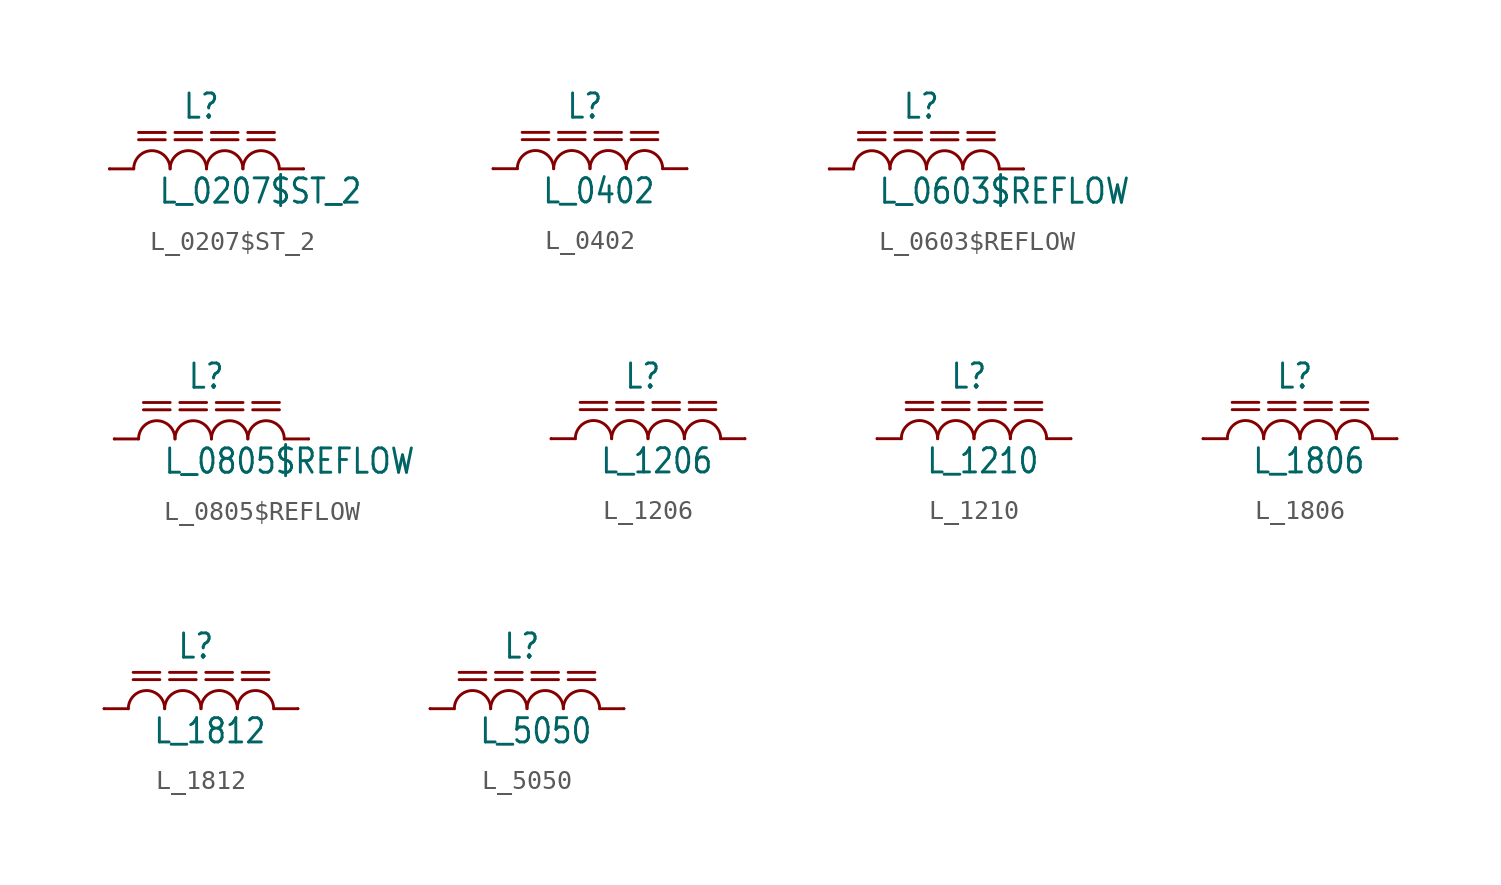
<source format=kicad_sym>
(kicad_symbol_lib
  (version 20201005)
  (generator kicad_symbol_editor)
  (symbol "L_0207$ST_2"
    (property "Reference" "L"
      (at -1.27 2.54 0)
      (effects (font (size 1.27 1.079)) (justify left bottom)))
    (property "Value" "L_0207$ST_2"
      (at -2.54 -1.905 0)
      (effects (font (size 1.27 1.079)) (justify left bottom)))
    (property "ki_locked" ""
      (at 0 0 0)
      (effects (font (size 1.27 1.27))))
    (symbol "L_0207$ST_2_1_0"
      (arc (start -1.905 0) (end -3.81 0) (radius (at -2.8575 0) (length 0.9525) (angles 0.1 179.9)) (stroke (width 0.1524)) (fill (type none)))
      (arc (start 0 0) (end -1.905 0) (radius (at -0.9525 0) (length 0.9525) (angles 0.1 179.9)) (stroke (width 0.1524)) (fill (type none)))
      (arc (start 1.905 0) (end 0 0) (radius (at 0.9525 0) (length 0.9525) (angles 0.1 179.9)) (stroke (width 0.1524)) (fill (type none)))
      (arc (start 3.81 0) (end 1.905 0) (radius (at 2.8575 0) (length 0.9525) (angles 0.1 179.9)) (stroke (width 0.1524)) (fill (type none)))
      (polyline (pts (xy 3.81 0) (xy 5.08 0)) (stroke (width 0.152)) (fill (type none)))
      (polyline (pts (xy -5.08 0) (xy -3.81 0)) (stroke (width 0.152)) (fill (type none)))
      (polyline (pts (xy -3.556 1.905) (xy -2.159 1.905)) (stroke (width 0.152)) (fill (type none)))
      (polyline (pts (xy 0.254 1.905) (xy 1.651 1.905)) (stroke (width 0.152)) (fill (type none)))
      (polyline (pts (xy -1.651 1.905) (xy -0.254 1.905)) (stroke (width 0.152)) (fill (type none)))
      (polyline (pts (xy 2.159 1.905) (xy 3.556 1.905)) (stroke (width 0.152)) (fill (type none)))
      (polyline (pts (xy -3.556 1.524) (xy -2.159 1.524)) (stroke (width 0.152)) (fill (type none)))
      (polyline (pts (xy -1.651 1.524) (xy -0.254 1.524)) (stroke (width 0.152)) (fill (type none)))
      (polyline (pts (xy 0.254 1.524) (xy 1.651 1.524)) (stroke (width 0.152)) (fill (type none)))
      (polyline (pts (xy 2.159 1.524) (xy 3.556 1.524)) (stroke (width 0.152)) (fill (type none)))
      (pin passive line (at -5.08 0 0) (length 0) (name "1" (effects (font (size 0 0)))) (number "1" (effects (font (size 0 0)))))
      (pin passive line (at 5.08 0 180) (length 0) (name "2" (effects (font (size 0 0)))) (number "2" (effects (font (size 0 0)))))))
  (symbol "L_0402"
    (property "Reference" "L"
      (at -1.27 2.54 0)
      (effects (font (size 1.27 1.079)) (justify left bottom)))
    (property "Value" "L_0402"
      (at -2.54 -1.905 0)
      (effects (font (size 1.27 1.079)) (justify left bottom)))
    (property "ki_locked" ""
      (at 0 0 0)
      (effects (font (size 1.27 1.27))))
    (symbol "L_0402_1_0"
      (arc (start -1.905 0) (end -3.81 0) (radius (at -2.8575 0) (length 0.9525) (angles 0.1 179.9)) (stroke (width 0.1524)) (fill (type none)))
      (arc (start 0 0) (end -1.905 0) (radius (at -0.9525 0) (length 0.9525) (angles 0.1 179.9)) (stroke (width 0.1524)) (fill (type none)))
      (arc (start 1.905 0) (end 0 0) (radius (at 0.9525 0) (length 0.9525) (angles 0.1 179.9)) (stroke (width 0.1524)) (fill (type none)))
      (arc (start 3.81 0) (end 1.905 0) (radius (at 2.8575 0) (length 0.9525) (angles 0.1 179.9)) (stroke (width 0.1524)) (fill (type none)))
      (polyline (pts (xy 3.81 0) (xy 5.08 0)) (stroke (width 0.152)) (fill (type none)))
      (polyline (pts (xy -5.08 0) (xy -3.81 0)) (stroke (width 0.152)) (fill (type none)))
      (polyline (pts (xy -3.556 1.905) (xy -2.159 1.905)) (stroke (width 0.152)) (fill (type none)))
      (polyline (pts (xy 0.254 1.905) (xy 1.651 1.905)) (stroke (width 0.152)) (fill (type none)))
      (polyline (pts (xy -1.651 1.905) (xy -0.254 1.905)) (stroke (width 0.152)) (fill (type none)))
      (polyline (pts (xy 2.159 1.905) (xy 3.556 1.905)) (stroke (width 0.152)) (fill (type none)))
      (polyline (pts (xy -3.556 1.524) (xy -2.159 1.524)) (stroke (width 0.152)) (fill (type none)))
      (polyline (pts (xy -1.651 1.524) (xy -0.254 1.524)) (stroke (width 0.152)) (fill (type none)))
      (polyline (pts (xy 0.254 1.524) (xy 1.651 1.524)) (stroke (width 0.152)) (fill (type none)))
      (polyline (pts (xy 2.159 1.524) (xy 3.556 1.524)) (stroke (width 0.152)) (fill (type none)))
      (pin passive line (at -5.08 0 0) (length 0) (name "1" (effects (font (size 0 0)))) (number "P$1" (effects (font (size 0 0)))))
      (pin passive line (at 5.08 0 180) (length 0) (name "2" (effects (font (size 0 0)))) (number "P$2" (effects (font (size 0 0)))))))
  (symbol "L_0603$REFLOW"
    (property "Reference" "L"
      (at -1.27 2.54 0)
      (effects (font (size 1.27 1.079)) (justify left bottom)))
    (property "Value" "L_0603$REFLOW"
      (at -2.54 -1.905 0)
      (effects (font (size 1.27 1.079)) (justify left bottom)))
    (property "ki_locked" ""
      (at 0 0 0)
      (effects (font (size 1.27 1.27))))
    (symbol "L_0603$REFLOW_1_0"
      (arc (start -1.905 0) (end -3.81 0) (radius (at -2.8575 0) (length 0.9525) (angles 0.1 179.9)) (stroke (width 0.1524)) (fill (type none)))
      (arc (start 0 0) (end -1.905 0) (radius (at -0.9525 0) (length 0.9525) (angles 0.1 179.9)) (stroke (width 0.1524)) (fill (type none)))
      (arc (start 1.905 0) (end 0 0) (radius (at 0.9525 0) (length 0.9525) (angles 0.1 179.9)) (stroke (width 0.1524)) (fill (type none)))
      (arc (start 3.81 0) (end 1.905 0) (radius (at 2.8575 0) (length 0.9525) (angles 0.1 179.9)) (stroke (width 0.1524)) (fill (type none)))
      (polyline (pts (xy 3.81 0) (xy 5.08 0)) (stroke (width 0.152)) (fill (type none)))
      (polyline (pts (xy -5.08 0) (xy -3.81 0)) (stroke (width 0.152)) (fill (type none)))
      (polyline (pts (xy -3.556 1.905) (xy -2.159 1.905)) (stroke (width 0.152)) (fill (type none)))
      (polyline (pts (xy 0.254 1.905) (xy 1.651 1.905)) (stroke (width 0.152)) (fill (type none)))
      (polyline (pts (xy -1.651 1.905) (xy -0.254 1.905)) (stroke (width 0.152)) (fill (type none)))
      (polyline (pts (xy 2.159 1.905) (xy 3.556 1.905)) (stroke (width 0.152)) (fill (type none)))
      (polyline (pts (xy -3.556 1.524) (xy -2.159 1.524)) (stroke (width 0.152)) (fill (type none)))
      (polyline (pts (xy -1.651 1.524) (xy -0.254 1.524)) (stroke (width 0.152)) (fill (type none)))
      (polyline (pts (xy 0.254 1.524) (xy 1.651 1.524)) (stroke (width 0.152)) (fill (type none)))
      (polyline (pts (xy 2.159 1.524) (xy 3.556 1.524)) (stroke (width 0.152)) (fill (type none)))
      (pin passive line (at -5.08 0 0) (length 0) (name "1" (effects (font (size 0 0)))) (number "1" (effects (font (size 0 0)))))
      (pin passive line (at 5.08 0 180) (length 0) (name "2" (effects (font (size 0 0)))) (number "2" (effects (font (size 0 0)))))))
  (symbol "L_0805$REFLOW"
    (property "Reference" "L"
      (at -1.27 2.54 0)
      (effects (font (size 1.27 1.079)) (justify left bottom)))
    (property "Value" "L_0805$REFLOW"
      (at -2.54 -1.905 0)
      (effects (font (size 1.27 1.079)) (justify left bottom)))
    (property "ki_locked" ""
      (at 0 0 0)
      (effects (font (size 1.27 1.27))))
    (symbol "L_0805$REFLOW_1_0"
      (arc (start -1.905 0) (end -3.81 0) (radius (at -2.8575 0) (length 0.9525) (angles 0.1 179.9)) (stroke (width 0.1524)) (fill (type none)))
      (arc (start 0 0) (end -1.905 0) (radius (at -0.9525 0) (length 0.9525) (angles 0.1 179.9)) (stroke (width 0.1524)) (fill (type none)))
      (arc (start 1.905 0) (end 0 0) (radius (at 0.9525 0) (length 0.9525) (angles 0.1 179.9)) (stroke (width 0.1524)) (fill (type none)))
      (arc (start 3.81 0) (end 1.905 0) (radius (at 2.8575 0) (length 0.9525) (angles 0.1 179.9)) (stroke (width 0.1524)) (fill (type none)))
      (polyline (pts (xy 3.81 0) (xy 5.08 0)) (stroke (width 0.152)) (fill (type none)))
      (polyline (pts (xy -5.08 0) (xy -3.81 0)) (stroke (width 0.152)) (fill (type none)))
      (polyline (pts (xy -3.556 1.905) (xy -2.159 1.905)) (stroke (width 0.152)) (fill (type none)))
      (polyline (pts (xy 0.254 1.905) (xy 1.651 1.905)) (stroke (width 0.152)) (fill (type none)))
      (polyline (pts (xy -1.651 1.905) (xy -0.254 1.905)) (stroke (width 0.152)) (fill (type none)))
      (polyline (pts (xy 2.159 1.905) (xy 3.556 1.905)) (stroke (width 0.152)) (fill (type none)))
      (polyline (pts (xy -3.556 1.524) (xy -2.159 1.524)) (stroke (width 0.152)) (fill (type none)))
      (polyline (pts (xy -1.651 1.524) (xy -0.254 1.524)) (stroke (width 0.152)) (fill (type none)))
      (polyline (pts (xy 0.254 1.524) (xy 1.651 1.524)) (stroke (width 0.152)) (fill (type none)))
      (polyline (pts (xy 2.159 1.524) (xy 3.556 1.524)) (stroke (width 0.152)) (fill (type none)))
      (pin passive line (at -5.08 0 0) (length 0) (name "1" (effects (font (size 0 0)))) (number "1" (effects (font (size 0 0)))))
      (pin passive line (at 5.08 0 180) (length 0) (name "2" (effects (font (size 0 0)))) (number "2" (effects (font (size 0 0)))))))
  (symbol "L_1206"
    (property "Reference" "L"
      (at -1.27 2.54 0)
      (effects (font (size 1.27 1.079)) (justify left bottom)))
    (property "Value" "L_1206"
      (at -2.54 -1.905 0)
      (effects (font (size 1.27 1.079)) (justify left bottom)))
    (property "ki_locked" ""
      (at 0 0 0)
      (effects (font (size 1.27 1.27))))
    (symbol "L_1206_1_0"
      (arc (start -1.905 0) (end -3.81 0) (radius (at -2.8575 0) (length 0.9525) (angles 0.1 179.9)) (stroke (width 0.1524)) (fill (type none)))
      (arc (start 0 0) (end -1.905 0) (radius (at -0.9525 0) (length 0.9525) (angles 0.1 179.9)) (stroke (width 0.1524)) (fill (type none)))
      (arc (start 1.905 0) (end 0 0) (radius (at 0.9525 0) (length 0.9525) (angles 0.1 179.9)) (stroke (width 0.1524)) (fill (type none)))
      (arc (start 3.81 0) (end 1.905 0) (radius (at 2.8575 0) (length 0.9525) (angles 0.1 179.9)) (stroke (width 0.1524)) (fill (type none)))
      (polyline (pts (xy 3.81 0) (xy 5.08 0)) (stroke (width 0.152)) (fill (type none)))
      (polyline (pts (xy -5.08 0) (xy -3.81 0)) (stroke (width 0.152)) (fill (type none)))
      (polyline (pts (xy -3.556 1.905) (xy -2.159 1.905)) (stroke (width 0.152)) (fill (type none)))
      (polyline (pts (xy 0.254 1.905) (xy 1.651 1.905)) (stroke (width 0.152)) (fill (type none)))
      (polyline (pts (xy -1.651 1.905) (xy -0.254 1.905)) (stroke (width 0.152)) (fill (type none)))
      (polyline (pts (xy 2.159 1.905) (xy 3.556 1.905)) (stroke (width 0.152)) (fill (type none)))
      (polyline (pts (xy -3.556 1.524) (xy -2.159 1.524)) (stroke (width 0.152)) (fill (type none)))
      (polyline (pts (xy -1.651 1.524) (xy -0.254 1.524)) (stroke (width 0.152)) (fill (type none)))
      (polyline (pts (xy 0.254 1.524) (xy 1.651 1.524)) (stroke (width 0.152)) (fill (type none)))
      (polyline (pts (xy 2.159 1.524) (xy 3.556 1.524)) (stroke (width 0.152)) (fill (type none)))
      (pin passive line (at -5.08 0 0) (length 0) (name "1" (effects (font (size 0 0)))) (number "1" (effects (font (size 0 0)))))
      (pin passive line (at 5.08 0 180) (length 0) (name "2" (effects (font (size 0 0)))) (number "2" (effects (font (size 0 0)))))))
  (symbol "L_1210"
    (property "Reference" "L"
      (at -1.27 2.54 0)
      (effects (font (size 1.27 1.079)) (justify left bottom)))
    (property "Value" "L_1210"
      (at -2.54 -1.905 0)
      (effects (font (size 1.27 1.079)) (justify left bottom)))
    (property "ki_locked" ""
      (at 0 0 0)
      (effects (font (size 1.27 1.27))))
    (symbol "L_1210_1_0"
      (arc (start -1.905 0) (end -3.81 0) (radius (at -2.8575 0) (length 0.9525) (angles 0.1 179.9)) (stroke (width 0.1524)) (fill (type none)))
      (arc (start 0 0) (end -1.905 0) (radius (at -0.9525 0) (length 0.9525) (angles 0.1 179.9)) (stroke (width 0.1524)) (fill (type none)))
      (arc (start 1.905 0) (end 0 0) (radius (at 0.9525 0) (length 0.9525) (angles 0.1 179.9)) (stroke (width 0.1524)) (fill (type none)))
      (arc (start 3.81 0) (end 1.905 0) (radius (at 2.8575 0) (length 0.9525) (angles 0.1 179.9)) (stroke (width 0.1524)) (fill (type none)))
      (polyline (pts (xy 3.81 0) (xy 5.08 0)) (stroke (width 0.152)) (fill (type none)))
      (polyline (pts (xy -5.08 0) (xy -3.81 0)) (stroke (width 0.152)) (fill (type none)))
      (polyline (pts (xy -3.556 1.905) (xy -2.159 1.905)) (stroke (width 0.152)) (fill (type none)))
      (polyline (pts (xy 0.254 1.905) (xy 1.651 1.905)) (stroke (width 0.152)) (fill (type none)))
      (polyline (pts (xy -1.651 1.905) (xy -0.254 1.905)) (stroke (width 0.152)) (fill (type none)))
      (polyline (pts (xy 2.159 1.905) (xy 3.556 1.905)) (stroke (width 0.152)) (fill (type none)))
      (polyline (pts (xy -3.556 1.524) (xy -2.159 1.524)) (stroke (width 0.152)) (fill (type none)))
      (polyline (pts (xy -1.651 1.524) (xy -0.254 1.524)) (stroke (width 0.152)) (fill (type none)))
      (polyline (pts (xy 0.254 1.524) (xy 1.651 1.524)) (stroke (width 0.152)) (fill (type none)))
      (polyline (pts (xy 2.159 1.524) (xy 3.556 1.524)) (stroke (width 0.152)) (fill (type none)))
      (pin passive line (at -5.08 0 0) (length 0) (name "1" (effects (font (size 0 0)))) (number "1" (effects (font (size 0 0)))))
      (pin passive line (at 5.08 0 180) (length 0) (name "2" (effects (font (size 0 0)))) (number "2" (effects (font (size 0 0)))))))
  (symbol "L_1806"
    (property "Reference" "L"
      (at -1.27 2.54 0)
      (effects (font (size 1.27 1.079)) (justify left bottom)))
    (property "Value" "L_1806"
      (at -2.54 -1.905 0)
      (effects (font (size 1.27 1.079)) (justify left bottom)))
    (property "ki_locked" ""
      (at 0 0 0)
      (effects (font (size 1.27 1.27))))
    (symbol "L_1806_1_0"
      (arc (start -1.905 0) (end -3.81 0) (radius (at -2.8575 0) (length 0.9525) (angles 0.1 179.9)) (stroke (width 0.1524)) (fill (type none)))
      (arc (start 0 0) (end -1.905 0) (radius (at -0.9525 0) (length 0.9525) (angles 0.1 179.9)) (stroke (width 0.1524)) (fill (type none)))
      (arc (start 1.905 0) (end 0 0) (radius (at 0.9525 0) (length 0.9525) (angles 0.1 179.9)) (stroke (width 0.1524)) (fill (type none)))
      (arc (start 3.81 0) (end 1.905 0) (radius (at 2.8575 0) (length 0.9525) (angles 0.1 179.9)) (stroke (width 0.1524)) (fill (type none)))
      (polyline (pts (xy 3.81 0) (xy 5.08 0)) (stroke (width 0.152)) (fill (type none)))
      (polyline (pts (xy -5.08 0) (xy -3.81 0)) (stroke (width 0.152)) (fill (type none)))
      (polyline (pts (xy -3.556 1.905) (xy -2.159 1.905)) (stroke (width 0.152)) (fill (type none)))
      (polyline (pts (xy 0.254 1.905) (xy 1.651 1.905)) (stroke (width 0.152)) (fill (type none)))
      (polyline (pts (xy -1.651 1.905) (xy -0.254 1.905)) (stroke (width 0.152)) (fill (type none)))
      (polyline (pts (xy 2.159 1.905) (xy 3.556 1.905)) (stroke (width 0.152)) (fill (type none)))
      (polyline (pts (xy -3.556 1.524) (xy -2.159 1.524)) (stroke (width 0.152)) (fill (type none)))
      (polyline (pts (xy -1.651 1.524) (xy -0.254 1.524)) (stroke (width 0.152)) (fill (type none)))
      (polyline (pts (xy 0.254 1.524) (xy 1.651 1.524)) (stroke (width 0.152)) (fill (type none)))
      (polyline (pts (xy 2.159 1.524) (xy 3.556 1.524)) (stroke (width 0.152)) (fill (type none)))
      (pin passive line (at -5.08 0 0) (length 0) (name "1" (effects (font (size 0 0)))) (number "1" (effects (font (size 0 0)))))
      (pin passive line (at 5.08 0 180) (length 0) (name "2" (effects (font (size 0 0)))) (number "2" (effects (font (size 0 0)))))))
  (symbol "L_1812"
    (property "Reference" "L"
      (at -1.27 2.54 0)
      (effects (font (size 1.27 1.079)) (justify left bottom)))
    (property "Value" "L_1812"
      (at -2.54 -1.905 0)
      (effects (font (size 1.27 1.079)) (justify left bottom)))
    (property "ki_locked" ""
      (at 0 0 0)
      (effects (font (size 1.27 1.27))))
    (symbol "L_1812_1_0"
      (arc (start -1.905 0) (end -3.81 0) (radius (at -2.8575 0) (length 0.9525) (angles 0.1 179.9)) (stroke (width 0.1524)) (fill (type none)))
      (arc (start 0 0) (end -1.905 0) (radius (at -0.9525 0) (length 0.9525) (angles 0.1 179.9)) (stroke (width 0.1524)) (fill (type none)))
      (arc (start 1.905 0) (end 0 0) (radius (at 0.9525 0) (length 0.9525) (angles 0.1 179.9)) (stroke (width 0.1524)) (fill (type none)))
      (arc (start 3.81 0) (end 1.905 0) (radius (at 2.8575 0) (length 0.9525) (angles 0.1 179.9)) (stroke (width 0.1524)) (fill (type none)))
      (polyline (pts (xy 3.81 0) (xy 5.08 0)) (stroke (width 0.152)) (fill (type none)))
      (polyline (pts (xy -5.08 0) (xy -3.81 0)) (stroke (width 0.152)) (fill (type none)))
      (polyline (pts (xy -3.556 1.905) (xy -2.159 1.905)) (stroke (width 0.152)) (fill (type none)))
      (polyline (pts (xy 0.254 1.905) (xy 1.651 1.905)) (stroke (width 0.152)) (fill (type none)))
      (polyline (pts (xy -1.651 1.905) (xy -0.254 1.905)) (stroke (width 0.152)) (fill (type none)))
      (polyline (pts (xy 2.159 1.905) (xy 3.556 1.905)) (stroke (width 0.152)) (fill (type none)))
      (polyline (pts (xy -3.556 1.524) (xy -2.159 1.524)) (stroke (width 0.152)) (fill (type none)))
      (polyline (pts (xy -1.651 1.524) (xy -0.254 1.524)) (stroke (width 0.152)) (fill (type none)))
      (polyline (pts (xy 0.254 1.524) (xy 1.651 1.524)) (stroke (width 0.152)) (fill (type none)))
      (polyline (pts (xy 2.159 1.524) (xy 3.556 1.524)) (stroke (width 0.152)) (fill (type none)))
      (pin passive line (at -5.08 0 0) (length 0) (name "1" (effects (font (size 0 0)))) (number "1" (effects (font (size 0 0)))))
      (pin passive line (at 5.08 0 180) (length 0) (name "2" (effects (font (size 0 0)))) (number "2" (effects (font (size 0 0)))))))
  (symbol "L_5050"
    (property "Reference" "L"
      (at -1.27 2.54 0)
      (effects (font (size 1.27 1.079)) (justify left bottom)))
    (property "Value" "L_5050"
      (at -2.54 -1.905 0)
      (effects (font (size 1.27 1.079)) (justify left bottom)))
    (property "ki_locked" ""
      (at 0 0 0)
      (effects (font (size 1.27 1.27))))
    (symbol "L_5050_1_0"
      (arc (start -1.905 0) (end -3.81 0) (radius (at -2.8575 0) (length 0.9525) (angles 0.1 179.9)) (stroke (width 0.1524)) (fill (type none)))
      (arc (start 0 0) (end -1.905 0) (radius (at -0.9525 0) (length 0.9525) (angles 0.1 179.9)) (stroke (width 0.1524)) (fill (type none)))
      (arc (start 1.905 0) (end 0 0) (radius (at 0.9525 0) (length 0.9525) (angles 0.1 179.9)) (stroke (width 0.1524)) (fill (type none)))
      (arc (start 3.81 0) (end 1.905 0) (radius (at 2.8575 0) (length 0.9525) (angles 0.1 179.9)) (stroke (width 0.1524)) (fill (type none)))
      (polyline (pts (xy 3.81 0) (xy 5.08 0)) (stroke (width 0.152)) (fill (type none)))
      (polyline (pts (xy -5.08 0) (xy -3.81 0)) (stroke (width 0.152)) (fill (type none)))
      (polyline (pts (xy -3.556 1.905) (xy -2.159 1.905)) (stroke (width 0.152)) (fill (type none)))
      (polyline (pts (xy 0.254 1.905) (xy 1.651 1.905)) (stroke (width 0.152)) (fill (type none)))
      (polyline (pts (xy -1.651 1.905) (xy -0.254 1.905)) (stroke (width 0.152)) (fill (type none)))
      (polyline (pts (xy 2.159 1.905) (xy 3.556 1.905)) (stroke (width 0.152)) (fill (type none)))
      (polyline (pts (xy -3.556 1.524) (xy -2.159 1.524)) (stroke (width 0.152)) (fill (type none)))
      (polyline (pts (xy -1.651 1.524) (xy -0.254 1.524)) (stroke (width 0.152)) (fill (type none)))
      (polyline (pts (xy 0.254 1.524) (xy 1.651 1.524)) (stroke (width 0.152)) (fill (type none)))
      (polyline (pts (xy 2.159 1.524) (xy 3.556 1.524)) (stroke (width 0.152)) (fill (type none)))
      (pin passive line (at -5.08 0 0) (length 0) (name "1" (effects (font (size 0 0)))) (number "P$1" (effects (font (size 0 0)))))
      (pin passive line (at 5.08 0 180) (length 0) (name "2" (effects (font (size 0 0)))) (number "P$2" (effects (font (size 0 0))))))))
</source>
